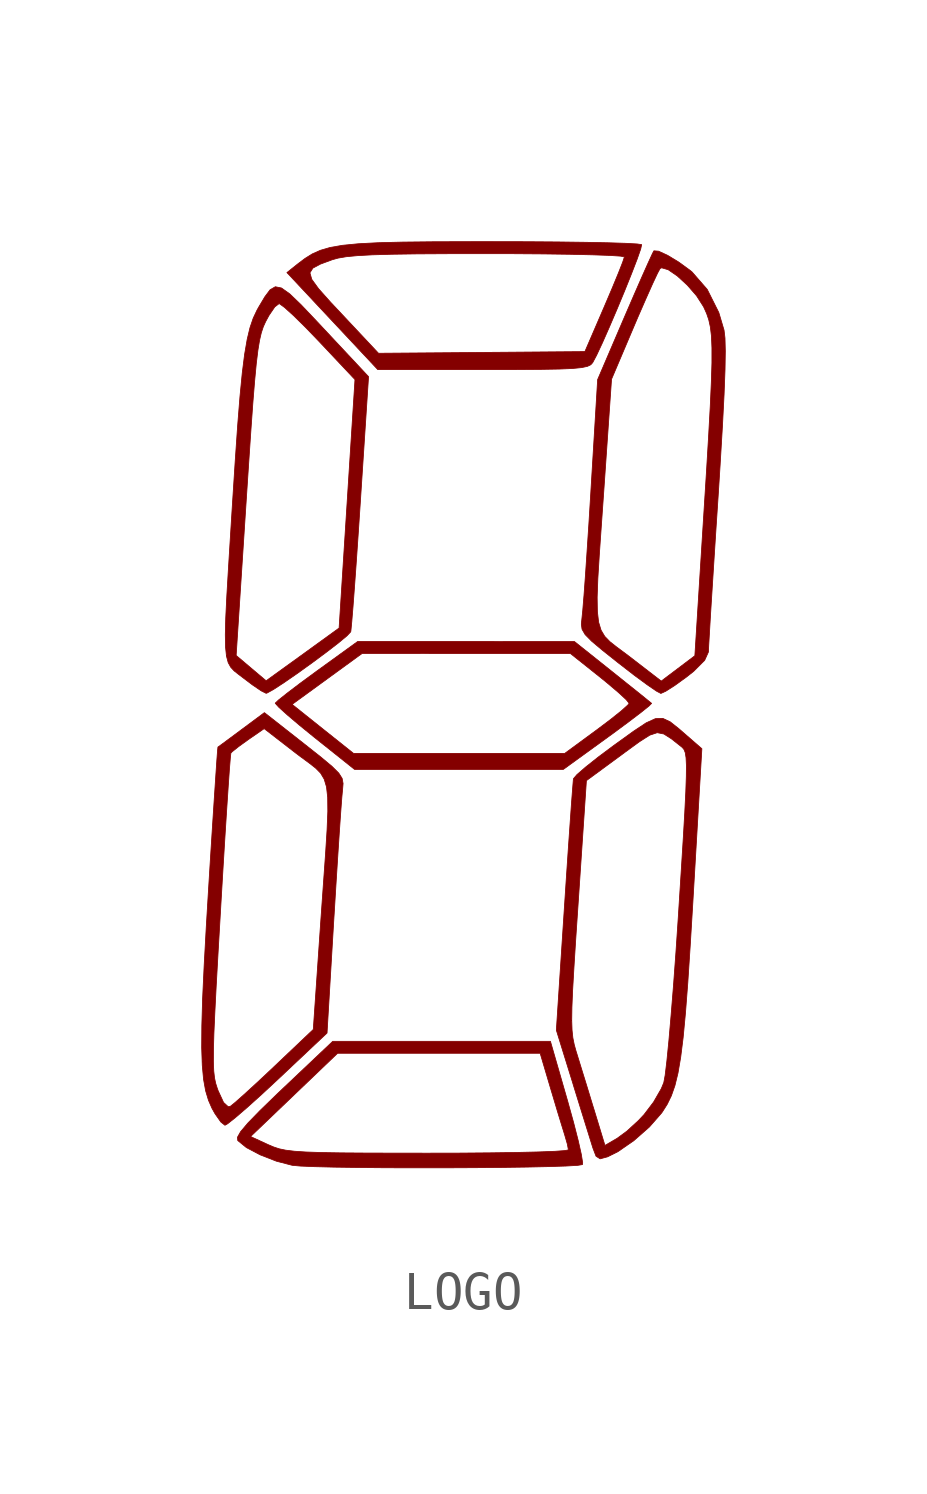
<source format=kicad_sym>
(kicad_symbol_lib
  (version 20220914)
  (generator "bitmap2component")
  (generator_version "9.0")
  (symbol "LOGO"
    (pin_names
      (offset 1.016))
    (property "Reference" "#G"
      (at 0 12.438 0)
      (effects (font (size 1.27 1.27)) hide))
    (symbol "LOGO_0_0"
      (polyline (pts (xy -0.497 -12.395) (xy 0.289 -12.391) (xy 1.038 -12.385) (xy 1.721 -12.375) (xy 2.308 -12.362) (xy 2.771 -12.347) (xy 3.079 -12.329) (xy 3.203 -12.308) (xy 3.208 -12.259) (xy 3.172 -12.034) (xy 3.088 -11.663) (xy 2.965 -11.182) (xy 2.811 -10.627) (xy 2.348 -9.019) (xy -0.557 -9.018) (xy -3.462 -9.018) (xy -4.787 -10.272) (xy -4.942 -10.419) (xy -5.404 -10.867) (xy -5.725 -11.197) (xy -5.921 -11.429) (xy -5.995 -11.56) (xy -5.656 -11.56) (xy -4.495 -10.449) (xy -3.334 -9.338) (xy -0.63 -9.338) (xy 2.074 -9.338) (xy 2.351 -10.272) (xy 2.403 -10.445) (xy 2.537 -10.894) (xy 2.653 -11.273) (xy 2.728 -11.515) (xy 2.798 -11.757) (xy 2.828 -11.915) (xy 2.745 -11.934) (xy 2.471 -11.954) (xy 2.029 -11.971) (xy 1.444 -11.985) (xy 0.739 -11.995) (xy -0.062 -12.002) (xy -0.934 -12.004) (xy -1.679 -12.003) (xy -2.539 -12.001) (xy -3.226 -11.996) (xy -3.764 -11.987) (xy -4.176 -11.973) (xy -4.486 -11.952) (xy -4.718 -11.924) (xy -4.894 -11.887) (xy -5.039 -11.839) (xy -5.176 -11.781) (xy -5.656 -11.56) (xy -5.995 -11.56) (xy -6.006 -11.58) (xy -5.998 -11.667) (xy -5.768 -11.854) (xy -5.399 -12.049) (xy -4.967 -12.218) (xy -4.544 -12.328) (xy -4.329 -12.348) (xy -3.943 -12.364) (xy -3.416 -12.377) (xy -2.779 -12.386) (xy -2.06 -12.393) (xy -1.29 -12.395) (xy -0.497 -12.395)) (stroke (width 0.01) (type default)) (fill (type outline)))
      (polyline (pts (xy 3.874 -12.101) (xy 4.15 -11.963) (xy 4.576 -11.668) (xy 4.989 -11.305) (xy 5.31 -10.938) (xy 5.335 -10.904) (xy 5.465 -10.699) (xy 5.576 -10.471) (xy 5.671 -10.2) (xy 5.753 -9.864) (xy 5.825 -9.441) (xy 5.891 -8.912) (xy 5.953 -8.255) (xy 6.015 -7.448) (xy 6.079 -6.47) (xy 6.15 -5.3) (xy 6.39 -1.208) (xy 5.97 -0.843) (xy 5.778 -0.676) (xy 5.544 -0.49) (xy 5.349 -0.399) (xy 5.149 -0.406) (xy 4.903 -0.518) (xy 4.567 -0.741) (xy 4.098 -1.079) (xy 4.041 -1.12) (xy 3.627 -1.429) (xy 3.288 -1.698) (xy 3.055 -1.9) (xy 2.963 -2.008) (xy 2.959 -2.041) (xy 2.941 -2.26) (xy 2.911 -2.652) (xy 2.873 -3.193) (xy 2.827 -3.853) (xy 2.776 -4.607) (xy 2.722 -5.428) (xy 2.523 -8.459) (xy 2.916 -8.459) (xy 2.921 -8.115) (xy 2.94 -7.662) (xy 2.974 -7.075) (xy 3.021 -6.327) (xy 3.084 -5.393) (xy 3.308 -2.06) (xy 4.249 -1.369) (xy 4.332 -1.307) (xy 4.725 -1.021) (xy 4.997 -0.847) (xy 5.198 -0.78) (xy 5.375 -0.815) (xy 5.576 -0.943) (xy 5.849 -1.159) (xy 5.872 -1.179) (xy 5.915 -1.232) (xy 5.947 -1.315) (xy 5.968 -1.45) (xy 5.978 -1.655) (xy 5.975 -1.951) (xy 5.961 -2.359) (xy 5.934 -2.899) (xy 5.894 -3.591) (xy 5.84 -4.455) (xy 5.773 -5.512) (xy 5.76 -5.718) (xy 5.697 -6.652) (xy 5.633 -7.526) (xy 5.569 -8.317) (xy 5.51 -8.997) (xy 5.456 -9.541) (xy 5.41 -9.925) (xy 5.374 -10.12) (xy 5.307 -10.282) (xy 5.102 -10.638) (xy 4.847 -10.974) (xy 4.693 -11.137) (xy 4.389 -11.416) (xy 4.128 -11.608) (xy 3.803 -11.797) (xy 3.518 -10.861) (xy 3.479 -10.736) (xy 3.321 -10.217) (xy 3.166 -9.716) (xy 3.046 -9.325) (xy 3.031 -9.278) (xy 2.983 -9.105) (xy 2.947 -8.928) (xy 2.925 -8.722) (xy 2.916 -8.459) (xy 2.523 -8.459) (xy 2.506 -8.721) (xy 2.941 -10.123) (xy 2.973 -10.229) (xy 3.141 -10.771) (xy 3.292 -11.257) (xy 3.411 -11.64) (xy 3.482 -11.868) (xy 3.565 -12.085) (xy 3.674 -12.155) (xy 3.874 -12.101)) (stroke (width 0.01) (type default)) (fill (type outline)))
      (polyline (pts (xy -6.27 -11.22) (xy -6.063 -11.056) (xy -5.75 -10.787) (xy -5.36 -10.436) (xy -4.921 -10.028) (xy -3.615 -8.797) (xy -3.432 -5.732) (xy -3.424 -5.612) (xy -3.375 -4.812) (xy -3.328 -4.069) (xy -3.285 -3.414) (xy -3.248 -2.88) (xy -3.219 -2.496) (xy -3.2 -2.295) (xy -3.187 -2.137) (xy -3.212 -2.001) (xy -3.302 -1.859) (xy -3.483 -1.679) (xy -3.78 -1.431) (xy -4.22 -1.083) (xy -5.287 -0.245) (xy -5.899 -0.7) (xy -5.93 -0.723) (xy -6.226 -0.943) (xy -6.44 -1.101) (xy -6.527 -1.164) (xy -6.537 -1.255) (xy -6.558 -1.536) (xy -6.588 -1.984) (xy -6.627 -2.574) (xy -6.673 -3.283) (xy -6.724 -4.088) (xy -6.778 -4.963) (xy -6.837 -5.939) (xy -6.895 -6.996) (xy -6.936 -7.876) (xy -6.957 -8.6) (xy -6.961 -9.188) (xy -6.948 -9.567) (xy -6.649 -9.567) (xy -6.647 -9.241) (xy -6.635 -8.81) (xy -6.61 -8.255) (xy -6.574 -7.552) (xy -6.525 -6.68) (xy -6.463 -5.617) (xy -6.446 -5.325) (xy -6.392 -4.414) (xy -6.341 -3.578) (xy -6.294 -2.84) (xy -6.253 -2.222) (xy -6.22 -1.749) (xy -6.195 -1.442) (xy -6.182 -1.325) (xy -6.146 -1.288) (xy -5.976 -1.152) (xy -5.72 -0.967) (xy -5.293 -0.672) (xy -4.434 -1.337) (xy -4.313 -1.428) (xy -4.094 -1.589) (xy -3.92 -1.725) (xy -3.786 -1.861) (xy -3.691 -2.021) (xy -3.629 -2.228) (xy -3.598 -2.506) (xy -3.594 -2.879) (xy -3.614 -3.37) (xy -3.654 -4.004) (xy -3.711 -4.803) (xy -3.781 -5.792) (xy -3.982 -8.702) (xy -5.02 -9.687) (xy -5.102 -9.765) (xy -5.49 -10.128) (xy -5.824 -10.434) (xy -6.07 -10.652) (xy -6.195 -10.753) (xy -6.253 -10.764) (xy -6.377 -10.65) (xy -6.521 -10.339) (xy -6.544 -10.276) (xy -6.586 -10.145) (xy -6.618 -9.997) (xy -6.639 -9.812) (xy -6.649 -9.567) (xy -6.948 -9.567) (xy -6.945 -9.661) (xy -6.91 -10.039) (xy -6.855 -10.342) (xy -6.78 -10.591) (xy -6.686 -10.806) (xy -6.605 -10.951) (xy -6.45 -11.172) (xy -6.34 -11.259) (xy -6.27 -11.22)) (stroke (width 0.01) (type default)) (fill (type outline)))
      (polyline (pts (xy 3.886 -0.895) (xy 4.031 -0.79) (xy 4.44 -0.487) (xy 4.766 -0.239) (xy 4.979 -0.068) (xy 5.048 0.002) (xy 5.048 0.003) (xy 4.951 0.082) (xy 4.723 0.267) (xy 4.395 0.529) (xy 4.002 0.844) (xy 2.988 1.653) (xy 0.096 1.654) (xy -2.797 1.654) (xy -3.888 0.865) (xy -3.935 0.83) (xy -4.344 0.53) (xy -4.679 0.275) (xy -4.908 0.093) (xy -4.997 0.009) (xy -4.996 0.004) (xy -4.97 -0.025) (xy -4.547 -0.025) (xy -3.614 0.654) (xy -2.68 1.334) (xy 0.101 1.333) (xy 2.881 1.333) (xy 3.667 0.707) (xy 3.859 0.551) (xy 4.163 0.293) (xy 4.372 0.1) (xy 4.448 0.004) (xy 4.412 -0.044) (xy 4.237 -0.201) (xy 3.949 -0.431) (xy 3.587 -0.704) (xy 2.729 -1.334) (xy -0.089 -1.334) (xy -2.907 -1.334) (xy -3.727 -0.68) (xy -4.547 -0.025) (xy -4.97 -0.025) (xy -4.903 -0.1) (xy -4.676 -0.305) (xy -4.348 -0.583) (xy -3.949 -0.908) (xy -2.881 -1.76) (xy -0.096 -1.76) (xy 2.691 -1.761) (xy 3.886 -0.895)) (stroke (width 0.01) (type default)) (fill (type outline)))
      (polyline (pts (xy -5.218 0.277) (xy -5.047 0.371) (xy -4.762 0.557) (xy -4.404 0.804) (xy -4.016 1.083) (xy -3.639 1.363) (xy -3.313 1.614) (xy -3.081 1.807) (xy -2.983 1.912) (xy -2.977 1.951) (xy -2.955 2.177) (xy -2.922 2.576) (xy -2.881 3.122) (xy -2.833 3.789) (xy -2.781 4.548) (xy -2.726 5.375) (xy -2.507 8.723) (xy -3.695 9.993) (xy -3.898 10.21) (xy -4.308 10.642) (xy -4.61 10.932) (xy -4.83 11.089) (xy -4.995 11.123) (xy -5.135 11.042) (xy -5.274 10.856) (xy -5.442 10.574) (xy -5.486 10.495) (xy -5.586 10.282) (xy -5.672 10.03) (xy -5.747 9.716) (xy -5.815 9.32) (xy -5.878 8.819) (xy -5.939 8.192) (xy -6.001 7.417) (xy -6.066 6.472) (xy -6.139 5.336) (xy -6.192 4.488) (xy -6.248 3.583) (xy -6.291 2.853) (xy -6.319 2.277) (xy -6.33 1.834) (xy -6.324 1.503) (xy -6.301 1.281) (xy -6.041 1.281) (xy -5.767 5.496) (xy -5.71 6.36) (xy -5.648 7.278) (xy -5.595 8.022) (xy -5.547 8.614) (xy -5.503 9.076) (xy -5.46 9.429) (xy -5.416 9.695) (xy -5.369 9.896) (xy -5.316 10.055) (xy -5.254 10.192) (xy -5.163 10.36) (xy -5.009 10.585) (xy -4.896 10.672) (xy -4.886 10.67) (xy -4.751 10.572) (xy -4.508 10.352) (xy -4.188 10.037) (xy -3.823 9.658) (xy -2.869 8.645) (xy -3.081 5.329) (xy -3.293 2.013) (xy -3.725 1.7) (xy -3.927 1.554) (xy -4.318 1.271) (xy -4.699 0.996) (xy -5.241 0.605) (xy -5.641 0.943) (xy -6.041 1.281) (xy -6.301 1.281) (xy -6.299 1.262) (xy -6.253 1.09) (xy -6.185 0.967) (xy -6.095 0.87) (xy -5.979 0.778) (xy -5.838 0.671) (xy -5.607 0.496) (xy -5.37 0.335) (xy -5.242 0.271) (xy -5.218 0.277)) (stroke (width 0.01) (type default)) (fill (type outline)))
      (polyline (pts (xy 5.428 0.327) (xy 5.674 0.485) (xy 5.981 0.707) (xy 6.174 0.86) (xy 6.465 1.152) (xy 6.565 1.374) (xy 6.565 1.375) (xy 6.572 1.538) (xy 6.593 1.887) (xy 6.623 2.397) (xy 6.664 3.045) (xy 6.712 3.803) (xy 6.766 4.647) (xy 6.826 5.553) (xy 6.879 6.39) (xy 6.94 7.415) (xy 6.983 8.25) (xy 7.008 8.91) (xy 7.016 9.406) (xy 7.007 9.753) (xy 6.982 9.964) (xy 6.842 10.435) (xy 6.533 11.052) (xy 6.128 11.517) (xy 6.072 11.563) (xy 5.771 11.782) (xy 5.474 11.962) (xy 5.235 12.072) (xy 5.11 12.082) (xy 5.07 12.007) (xy 4.958 11.763) (xy 4.788 11.382) (xy 4.576 10.897) (xy 4.335 10.34) (xy 3.608 8.645) (xy 3.427 5.656) (xy 3.424 5.604) (xy 3.375 4.809) (xy 3.326 4.068) (xy 3.282 3.413) (xy 3.243 2.875) (xy 3.239 2.832) (xy 3.595 2.832) (xy 3.613 3.33) (xy 3.653 3.969) (xy 3.709 4.774) (xy 3.779 5.769) (xy 3.979 8.656) (xy 4.588 10.091) (xy 4.68 10.307) (xy 4.894 10.797) (xy 5.075 11.203) (xy 5.207 11.485) (xy 5.274 11.608) (xy 5.316 11.629) (xy 5.492 11.577) (xy 5.735 11.41) (xy 6.002 11.165) (xy 6.248 10.882) (xy 6.43 10.598) (xy 6.445 10.569) (xy 6.517 10.409) (xy 6.574 10.242) (xy 6.617 10.047) (xy 6.646 9.804) (xy 6.659 9.491) (xy 6.659 9.089) (xy 6.643 8.576) (xy 6.614 7.933) (xy 6.57 7.138) (xy 6.512 6.171) (xy 6.439 5.013) (xy 6.203 1.274) (xy 5.754 0.935) (xy 5.306 0.597) (xy 4.447 1.259) (xy 4.34 1.34) (xy 4.116 1.506) (xy 3.936 1.648) (xy 3.798 1.79) (xy 3.699 1.956) (xy 3.634 2.169) (xy 3.601 2.453) (xy 3.595 2.832) (xy 3.239 2.832) (xy 3.211 2.487) (xy 3.19 2.281) (xy 3.173 2.117) (xy 3.192 1.98) (xy 3.274 1.839) (xy 3.446 1.664) (xy 3.734 1.422) (xy 4.163 1.08) (xy 4.183 1.065) (xy 4.584 0.754) (xy 4.928 0.501) (xy 5.177 0.33) (xy 5.296 0.267) (xy 5.428 0.327)) (stroke (width 0.01) (type default)) (fill (type outline)))
      (polyline (pts (xy 1.435 8.912) (xy 2.091 8.917) (xy 2.585 8.926) (xy 2.94 8.941) (xy 3.182 8.965) (xy 3.336 8.998) (xy 3.425 9.041) (xy 3.476 9.098) (xy 3.581 9.296) (xy 3.737 9.63) (xy 3.925 10.056) (xy 4.129 10.533) (xy 4.331 11.019) (xy 4.514 11.475) (xy 4.662 11.859) (xy 4.757 12.13) (xy 4.783 12.246) (xy 4.782 12.247) (xy 4.663 12.265) (xy 4.355 12.282) (xy 3.882 12.297) (xy 3.268 12.309) (xy 2.537 12.319) (xy 1.714 12.325) (xy 0.821 12.327) (xy 0.235 12.327) (xy -0.767 12.324) (xy -1.589 12.315) (xy -2.254 12.298) (xy -2.784 12.27) (xy -3.202 12.229) (xy -3.53 12.172) (xy -3.791 12.096) (xy -4.007 12) (xy -4.2 11.88) (xy -4.394 11.734) (xy -4.686 11.501) (xy -4.68 11.495) (xy -4.072 11.495) (xy -3.993 11.62) (xy -3.792 11.727) (xy -3.473 11.845) (xy -3.317 11.888) (xy -3.1 11.925) (xy -2.803 11.953) (xy -2.404 11.975) (xy -1.882 11.99) (xy -1.213 12) (xy -0.375 12.005) (xy 0.654 12.006) (xy 1.358 12.005) (xy 2.162 11.999) (xy 2.875 11.989) (xy 3.471 11.975) (xy 3.928 11.959) (xy 4.22 11.94) (xy 4.322 11.92) (xy 4.322 11.917) (xy 4.276 11.778) (xy 4.162 11.487) (xy 3.996 11.085) (xy 3.795 10.613) (xy 3.268 9.392) (xy 0.513 9.369) (xy -2.241 9.347) (xy -3.227 10.398) (xy -3.522 10.712) (xy -3.841 11.07) (xy -4.023 11.321) (xy -4.072 11.495) (xy -4.68 11.495) (xy -3.473 10.206) (xy -2.26 8.911) (xy 0.55 8.911) (xy 0.591 8.911) (xy 1.435 8.912)) (stroke (width 0.01) (type default)) (fill (type outline))))))
</source>
